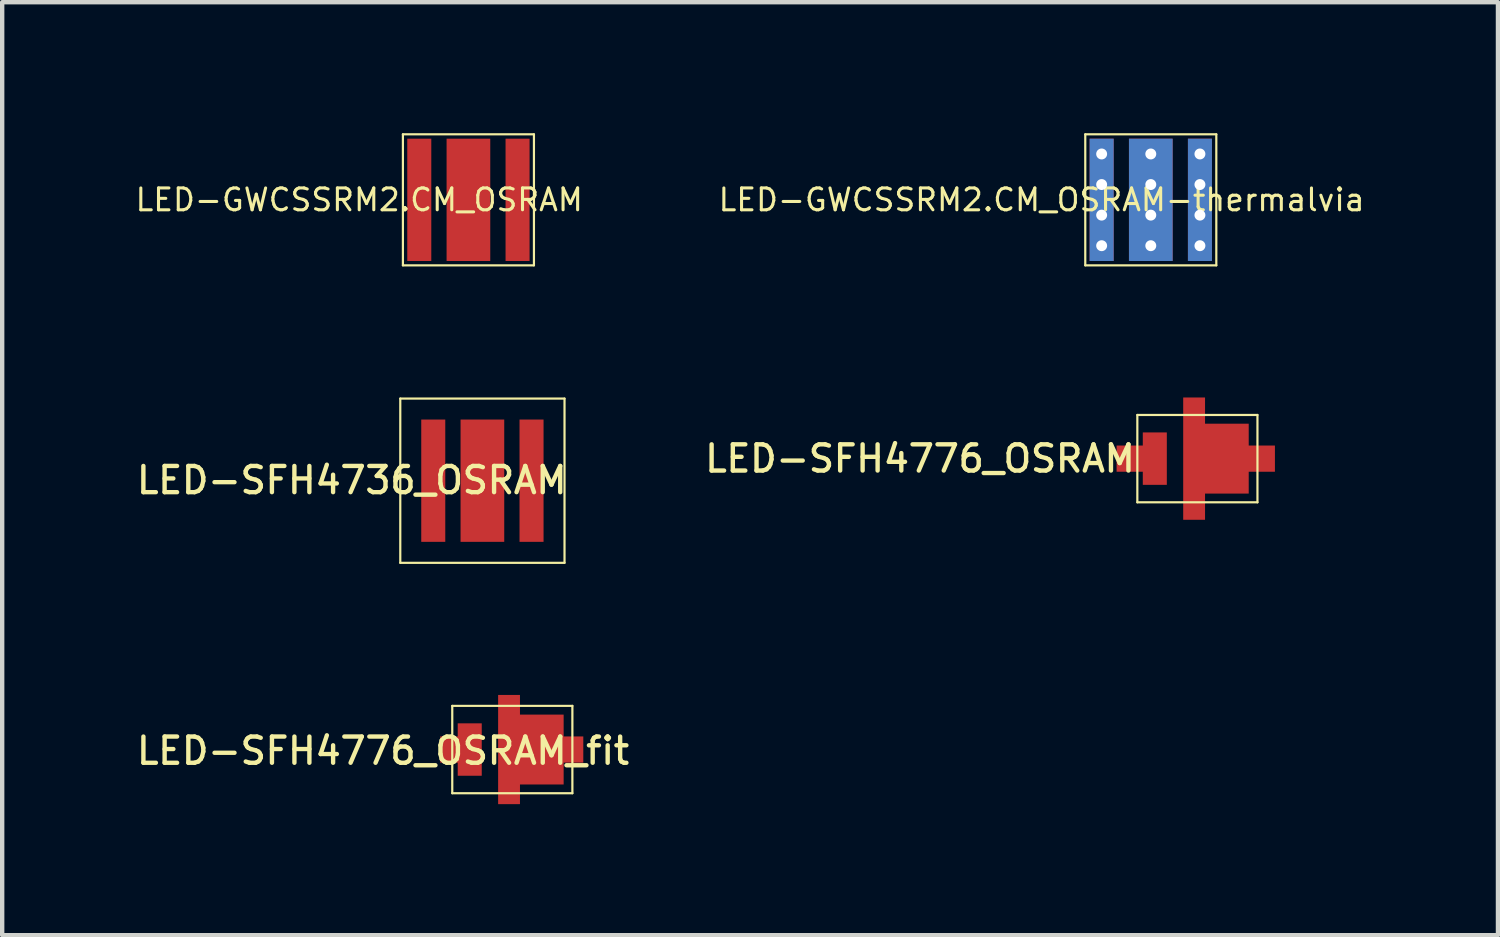
<source format=kicad_pcb>
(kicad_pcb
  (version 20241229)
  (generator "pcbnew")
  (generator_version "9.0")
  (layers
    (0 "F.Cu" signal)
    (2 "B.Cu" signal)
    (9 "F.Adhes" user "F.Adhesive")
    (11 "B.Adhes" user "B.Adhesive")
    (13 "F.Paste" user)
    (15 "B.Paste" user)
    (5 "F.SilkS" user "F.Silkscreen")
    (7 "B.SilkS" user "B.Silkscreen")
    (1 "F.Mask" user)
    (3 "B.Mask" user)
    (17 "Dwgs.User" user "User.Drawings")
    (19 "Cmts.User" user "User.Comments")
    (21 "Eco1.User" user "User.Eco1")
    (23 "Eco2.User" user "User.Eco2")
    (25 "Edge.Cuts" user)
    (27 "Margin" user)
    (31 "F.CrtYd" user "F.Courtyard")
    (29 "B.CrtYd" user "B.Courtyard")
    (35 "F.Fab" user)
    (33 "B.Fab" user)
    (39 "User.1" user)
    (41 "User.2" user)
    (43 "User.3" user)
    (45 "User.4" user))
  (footprint "LED-SFH4776_OSRAM_fit"
    (layer "F.Cu")
    (at 8.679 14.11)
    (property "Reference" "LED-SFH4776_OSRAM_fit" (at -2.96 0.03 0) (layer "F.SilkS") (effects (font (size 0.6 0.6) (thickness 0.1))))
    (attr smd)
    (fp_line (start -1.375 -1) (end 1.375 -1) (stroke (width 0.05) (type solid)) (layer "F.SilkS"))
    (fp_line (start -1.375 1) (end -1.375 -1) (stroke (width 0.05) (type solid)) (layer "F.SilkS"))
    (fp_line (start 1.375 -1) (end 1.375 1) (stroke (width 0.05) (type solid)) (layer "F.SilkS"))
    (fp_line (start 1.375 1) (end -1.375 1) (stroke (width 0.05) (type solid)) (layer "F.SilkS"))
    (pad "" smd custom (at -1.275 0) (size 0.6 0.4) (layers "F.Paste") (options (anchor rect)) (primitives (gr_poly (pts (xy -0.3 -0.25) (xy 0.1 -0.25) (xy 0.1 -0.55) (xy 0.5 -0.55) (xy 0.5 0.55) (xy 0.1 0.55) (xy 0.1 0.25) (xy -0.3 0.25)) (width 0) (fill yes))))
    (pad "" smd custom (at 0.425 -0.725) (size 0.2 0.01) (layers "F.Paste") (options (anchor rect)) (primitives (gr_poly (pts (xy -0.7 -0.48) (xy -0.3 -0.48) (xy -0.3 -0.025) (xy 0.7 -0.025) (xy 0.7 0.625) (xy -0.7 0.625)) (width 0) (fill yes))))
    (pad "" smd custom (at 0.425 0.725) (size 0.2 0.01) (layers "F.Paste") (options (anchor rect)) (primitives (gr_poly (pts (xy -0.7 0.48) (xy -0.3 0.48) (xy -0.3 0.025) (xy 0.7 0.025) (xy 0.7 -0.625) (xy -0.7 -0.625)) (width 0) (fill yes))))
    (pad "" smd rect (at 1.42 0) (size 0.3 0.5) (layers "F.Paste"))
    (pad "1" smd custom (at 0.725 0) (size 1 0.5) (layers "F.Cu" "F.Mask") (options (anchor rect)) (primitives (gr_poly (pts (xy -1.05 -1.25) (xy -0.55 -1.25) (xy -0.55 -0.8) (xy 0.45 -0.8) (xy 0.45 -0.3) (xy 0.9 -0.3) (xy 0.9 0.3) (xy 0.45 0.3) (xy 0.45 0.8) (xy -0.55 0.8) (xy -0.55 1.25) (xy -1.05 1.25)) (width 0) (fill yes))))
    (pad "2" smd custom (at -1.275 0) (size 0.7 0.5) (layers "F.Cu" "F.Mask") (options (anchor rect)) (primitives (gr_poly (pts (xy -0.375 -0.3) (xy 0.025 -0.3) (xy 0.025 -0.6) (xy 0.575 -0.6) (xy 0.575 0.6) (xy 0.025 0.6) (xy 0.025 0.3) (xy -0.375 0.3)) (width 0) (fill yes)))))
  (footprint "LED-SFH4776_OSRAM"
    (layer "F.Cu")
    (at 24.363 7.45)
    (property "Reference" "LED-SFH4776_OSRAM" (at -6.35 0 0) (layer "F.SilkS") (effects (font (size 0.6 0.6) (thickness 0.1))))
    (attr smd)
    (fp_line (start -1.375 -1) (end 1.375 -1) (stroke (width 0.05) (type solid)) (layer "F.SilkS"))
    (fp_line (start -1.375 1) (end -1.375 -1) (stroke (width 0.05) (type solid)) (layer "F.SilkS"))
    (fp_line (start 1.375 -1) (end 1.375 1) (stroke (width 0.05) (type solid)) (layer "F.SilkS"))
    (fp_line (start 1.375 1) (end -1.375 1) (stroke (width 0.05) (type solid)) (layer "F.SilkS"))
    (pad "" smd custom (at -1.275 0) (size 0.8 0.4) (layers "F.Paste") (options (anchor rect)) (primitives (gr_poly (pts (xy -0.5 -0.25) (xy 0.1 -0.25) (xy 0.1 -0.55) (xy 0.5 -0.55) (xy 0.5 0.55) (xy 0.1 0.55) (xy 0.1 0.25) (xy -0.5 0.25)) (width 0) (fill yes))))
    (pad "" smd custom (at 0.425 -0.725) (size 0.2 0.01) (layers "F.Paste") (options (anchor rect)) (primitives (gr_poly (pts (xy -0.7 -0.625) (xy -0.3 -0.625) (xy -0.3 -0.025) (xy 0.7 -0.025) (xy 0.7 0.625) (xy -0.7 0.625)) (width 0) (fill yes))))
    (pad "" smd custom (at 0.425 0.725) (size 0.2 0.01) (layers "F.Paste") (options (anchor rect)) (primitives (gr_poly (pts (xy -0.7 0.625) (xy -0.3 0.625) (xy -0.3 0.025) (xy 0.7 0.025) (xy 0.7 -0.625) (xy -0.7 -0.625)) (width 0) (fill yes))))
    (pad "" smd rect (at 1.5 0) (size 0.4 0.5) (layers "F.Paste"))
    (pad "1" smd custom (at 0.725 0) (size 1 0.5) (layers "F.Cu" "F.Mask") (options (anchor rect)) (primitives (gr_poly (pts (xy -1.05 -1.4) (xy -0.55 -1.4) (xy -0.55 -0.8) (xy 0.45 -0.8) (xy 0.45 -0.3) (xy 1.05 -0.3) (xy 1.05 0.3) (xy 0.45 0.3) (xy 0.45 0.8) (xy -0.55 0.8) (xy -0.55 1.4) (xy -1.05 1.4)) (width 0) (fill yes))))
    (pad "2" smd custom (at -1.275 0) (size 1 0.5) (layers "F.Cu" "F.Mask") (options (anchor rect)) (primitives (gr_poly (pts (xy -0.575 -0.3) (xy 0.025 -0.3) (xy 0.025 -0.6) (xy 0.575 -0.6) (xy 0.575 0.6) (xy 0.025 0.6) (xy 0.025 0.3) (xy -0.575 0.3)) (width 0) (fill yes)))))
  (footprint "LED-GWCSSRM2.CM_OSRAM"
    (layer "F.Cu")
    (at 7.674 1.525)
    (property "Reference" "LED-GWCSSRM2.CM_OSRAM" (at -2.5 0 0) (layer "F.SilkS") (effects (font (size 0.5 0.5) (thickness 0.07))))
    (attr through_hole)
    (fp_line (start -1.5 -1.5) (end -1.5 1.5) (stroke (width 0.05) (type solid)) (layer "F.SilkS"))
    (fp_line (start -1.5 -1.5) (end 1.5 -1.5) (stroke (width 0.05) (type solid)) (layer "F.SilkS"))
    (fp_line (start -1.5 1.5) (end 1.5 1.5) (stroke (width 0.05) (type solid)) (layer "F.SilkS"))
    (fp_line (start 1.5 -1.5) (end 1.5 1.5) (stroke (width 0.05) (type solid)) (layer "F.SilkS"))
    (pad "" smd rect (at -1.1 0) (size 0.4 2.6) (layers "F.Paste"))
    (pad "" smd rect (at 0 -0.725) (size 0.9 1.15) (layers "F.Paste"))
    (pad "" smd rect (at 0 0.725) (size 0.9 1.15) (layers "F.Paste"))
    (pad "" smd rect (at 1.1 0) (size 0.4 2.6) (layers "F.Paste"))
    (pad "1" smd rect (at -1.125 0) (size 0.55 2.8) (layers "F.Cu" "F.Mask"))
    (pad "2" smd rect (at 1.125 0) (size 0.55 2.8) (layers "F.Cu" "F.Mask"))
    (pad "3" smd rect (at 0 0) (size 1 2.8) (layers "F.Cu" "F.Mask")))
  (footprint "LED-SFH4736_OSRAM"
    (layer "F.Cu")
    (at 7.994 7.955)
    (property "Reference" "LED-SFH4736_OSRAM" (at -2.99 -0.01 0) (layer "F.SilkS") (effects (font (size 0.6 0.6) (thickness 0.1))))
    (attr through_hole)
    (fp_line (start -1.88 -1.88) (end 1.88 -1.88) (stroke (width 0.05) (type solid)) (layer "F.SilkS"))
    (fp_line (start -1.88 1.88) (end -1.88 -1.88) (stroke (width 0.05) (type solid)) (layer "F.SilkS"))
    (fp_line (start 1.88 -1.88) (end 1.88 1.88) (stroke (width 0.05) (type solid)) (layer "F.SilkS"))
    (fp_line (start 1.88 1.88) (end -1.88 1.88) (stroke (width 0.05) (type solid)) (layer "F.SilkS"))
    (pad "" smd rect (at -1.1 0) (size 0.4 2.6) (layers "F.Paste"))
    (pad "" smd rect (at 0 -0.725) (size 0.9 1.15) (layers "F.Paste"))
    (pad "" smd rect (at 0 0.725) (size 0.9 1.15) (layers "F.Paste"))
    (pad "" smd rect (at 1.1 0) (size 0.4 2.6) (layers "F.Paste"))
    (pad "1" smd rect (at -1.125 0) (size 0.55 2.8) (layers "F.Cu" "F.Mask"))
    (pad "1" smd rect (at 0 0) (size 1 2.8) (layers "F.Cu" "F.Mask"))
    (pad "2" smd rect (at 1.125 0) (size 0.55 2.8) (layers "F.Cu" "F.Mask")))
  (footprint "LED-GWCSSRM2.CM_OSRAM-thermalvia"
    (layer "F.Cu")
    (at 23.296 1.525)
    (property "Reference" "LED-GWCSSRM2.CM_OSRAM-thermalvia" (at -2.5 0 0) (layer "F.SilkS") (effects (font (size 0.5 0.5) (thickness 0.07))))
    (attr through_hole)
    (fp_line (start -1.5 -1.5) (end -1.5 1.5) (stroke (width 0.05) (type solid)) (layer "F.SilkS"))
    (fp_line (start -1.5 -1.5) (end 1.5 -1.5) (stroke (width 0.05) (type solid)) (layer "F.SilkS"))
    (fp_line (start -1.5 1.5) (end 1.5 1.5) (stroke (width 0.05) (type solid)) (layer "F.SilkS"))
    (fp_line (start 1.5 -1.5) (end 1.5 1.5) (stroke (width 0.05) (type solid)) (layer "F.SilkS"))
    (pad "" smd rect (at -1.1 0) (size 0.4 2.6) (layers "F.Paste"))
    (pad "" smd rect (at 0 -0.725) (size 0.9 1.15) (layers "F.Paste"))
    (pad "" smd rect (at 0 0.725) (size 0.9 1.15) (layers "F.Paste"))
    (pad "" smd rect (at 1.1 0) (size 0.4 2.6) (layers "F.Paste"))
    (pad "1" thru_hole circle (at -1.125 -1.05) (size 0.5 0.5) (drill 0.25) (layers "*.Cu"))
    (pad "1" thru_hole circle (at -1.125 -0.35) (size 0.5 0.5) (drill 0.25) (layers "*.Cu"))
    (pad "1" smd rect (at -1.125 0) (size 0.55 2.8) (layers "F.Cu" "F.Mask"))
    (pad "1" smd rect (at -1.125 0) (size 0.55 2.8) (layers "B.Cu"))
    (pad "1" thru_hole circle (at -1.125 0.35) (size 0.5 0.5) (drill 0.25) (layers "*.Cu"))
    (pad "1" thru_hole circle (at -1.125 1.05) (size 0.5 0.5) (drill 0.25) (layers "*.Cu"))
    (pad "2" thru_hole circle (at 1.125 -1.05) (size 0.5 0.5) (drill 0.25) (layers "*.Cu"))
    (pad "2" thru_hole circle (at 1.125 -0.35) (size 0.5 0.5) (drill 0.25) (layers "*.Cu"))
    (pad "2" smd rect (at 1.125 0) (size 0.55 2.8) (layers "F.Cu" "F.Mask"))
    (pad "2" smd rect (at 1.125 0) (size 0.55 2.8) (layers "B.Cu"))
    (pad "2" thru_hole circle (at 1.125 0.35) (size 0.5 0.5) (drill 0.25) (layers "*.Cu"))
    (pad "2" thru_hole circle (at 1.125 1.05) (size 0.5 0.5) (drill 0.25) (layers "*.Cu"))
    (pad "3" thru_hole circle (at 0 -1.05) (size 0.5 0.5) (drill 0.25) (layers "*.Cu"))
    (pad "3" thru_hole circle (at 0 -0.35) (size 0.5 0.5) (drill 0.25) (layers "*.Cu"))
    (pad "3" smd rect (at 0 0) (size 1 2.8) (layers "F.Cu" "F.Mask"))
    (pad "3" smd rect (at 0 0) (size 1 2.8) (layers "B.Cu"))
    (pad "3" thru_hole circle (at 0 0.35) (size 0.5 0.5) (drill 0.25) (layers "*.Cu"))
    (pad "3" thru_hole circle (at 0 1.05) (size 0.5 0.5) (drill 0.25) (layers "*.Cu")))
  (gr_rect
    (start -3 -3)
    (end 31.244 18.36)
    (stroke (width 0.1) (type default))
    (fill no)
    (layer "Edge.Cuts")))
</source>
